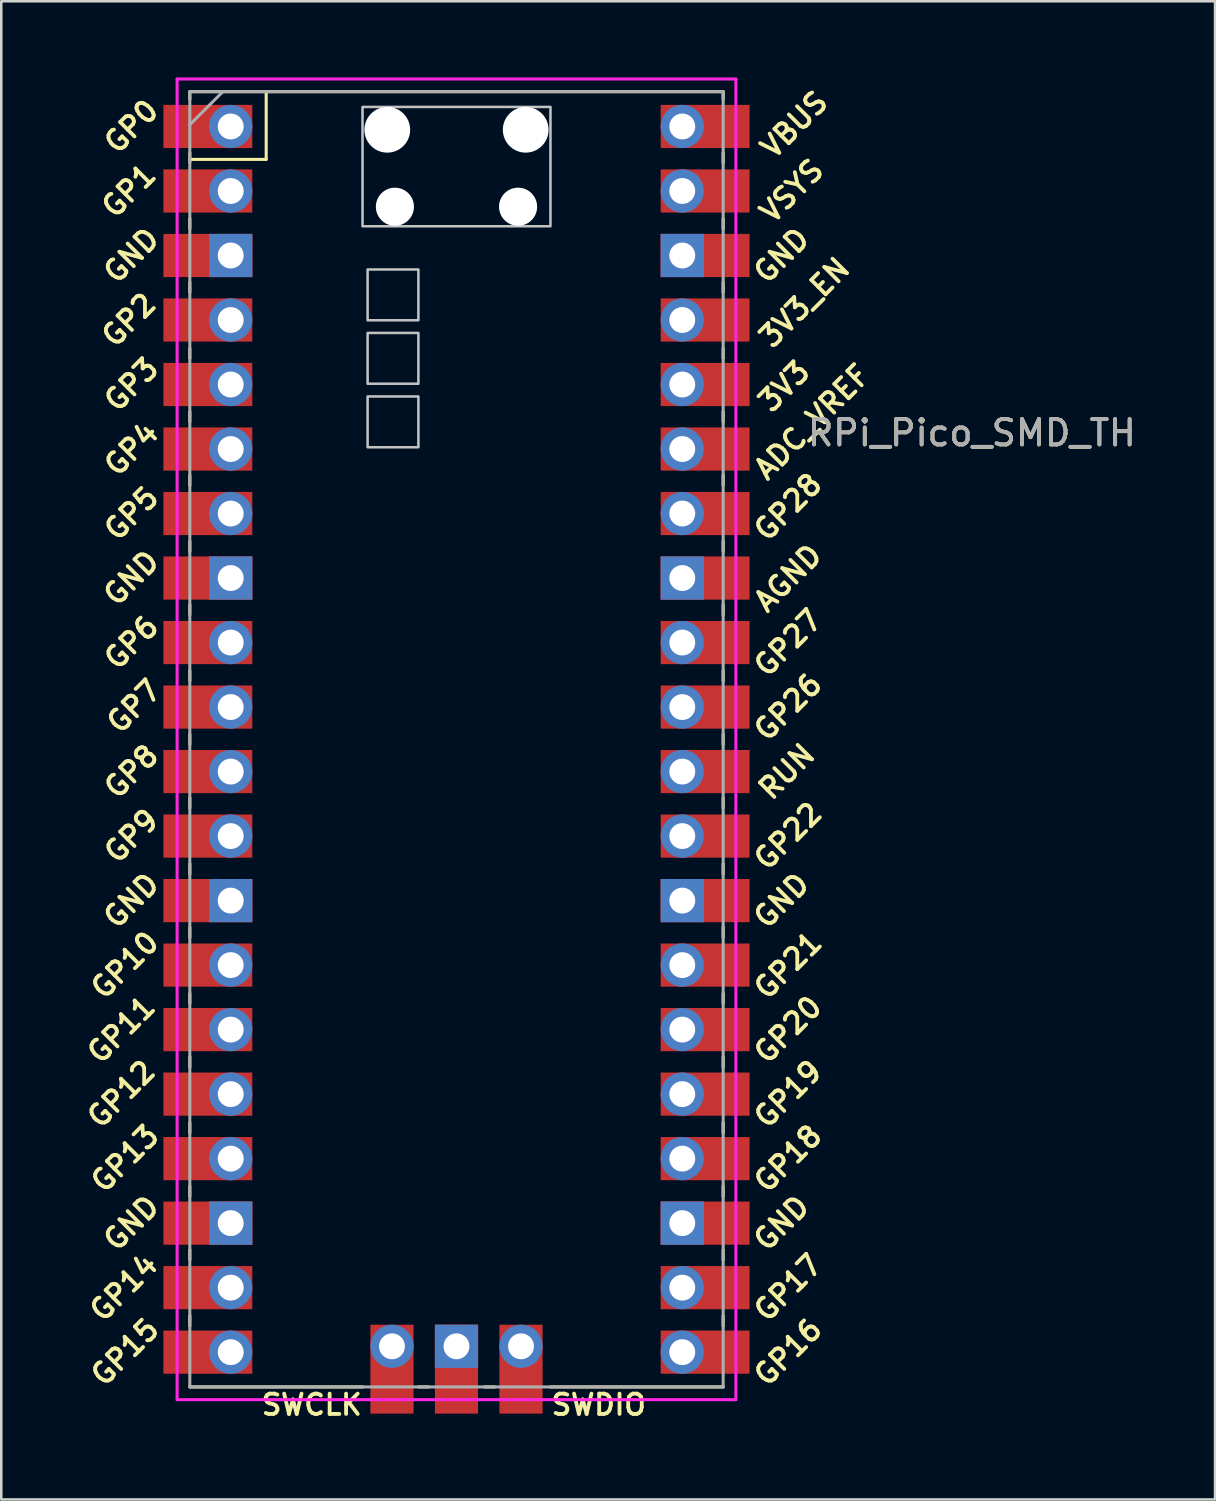
<source format=kicad_pcb>
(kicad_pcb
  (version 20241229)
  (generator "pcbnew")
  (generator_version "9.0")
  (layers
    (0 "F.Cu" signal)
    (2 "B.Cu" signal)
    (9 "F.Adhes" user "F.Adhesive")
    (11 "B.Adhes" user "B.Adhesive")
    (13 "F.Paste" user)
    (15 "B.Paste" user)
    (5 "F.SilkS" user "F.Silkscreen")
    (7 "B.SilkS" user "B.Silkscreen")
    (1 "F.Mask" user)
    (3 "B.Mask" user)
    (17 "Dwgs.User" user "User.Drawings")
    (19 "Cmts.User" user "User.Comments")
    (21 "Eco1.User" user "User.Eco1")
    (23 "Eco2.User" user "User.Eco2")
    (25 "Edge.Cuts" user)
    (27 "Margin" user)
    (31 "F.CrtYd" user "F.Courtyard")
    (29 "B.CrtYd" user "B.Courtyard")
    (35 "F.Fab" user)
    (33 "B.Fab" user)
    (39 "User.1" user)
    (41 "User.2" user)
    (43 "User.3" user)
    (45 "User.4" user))
  (footprint "RPi_Pico_SMD_TH"
    (layer "F.Cu")
    (at 14.924 26.06)
    (property "Reference" "RPi_Pico_SMD_TH" (at 20.29 -12.065 0) (layer "F.SilkS") (effects (font (size 1 1) (thickness 0.15))))
    (attr through_hole)
    (fp_line (start -10.5 -25.5) (end -10.5 -25.2) (stroke (width 0.12) (type solid)) (layer "F.SilkS"))
    (fp_line (start -10.5 -25.5) (end 10.5 -25.5) (stroke (width 0.12) (type solid)) (layer "F.SilkS"))
    (fp_line (start -10.5 -23.1) (end -10.5 -22.7) (stroke (width 0.12) (type solid)) (layer "F.SilkS"))
    (fp_line (start -10.5 -22.833) (end -7.493 -22.833) (stroke (width 0.12) (type solid)) (layer "F.SilkS"))
    (fp_line (start -10.5 -20.5) (end -10.5 -20.1) (stroke (width 0.12) (type solid)) (layer "F.SilkS"))
    (fp_line (start -10.5 -18) (end -10.5 -17.6) (stroke (width 0.12) (type solid)) (layer "F.SilkS"))
    (fp_line (start -10.5 -15.4) (end -10.5 -15) (stroke (width 0.12) (type solid)) (layer "F.SilkS"))
    (fp_line (start -10.5 -12.9) (end -10.5 -12.5) (stroke (width 0.12) (type solid)) (layer "F.SilkS"))
    (fp_line (start -10.5 -10.4) (end -10.5 -10) (stroke (width 0.12) (type solid)) (layer "F.SilkS"))
    (fp_line (start -10.5 -7.8) (end -10.5 -7.4) (stroke (width 0.12) (type solid)) (layer "F.SilkS"))
    (fp_line (start -10.5 -5.3) (end -10.5 -4.9) (stroke (width 0.12) (type solid)) (layer "F.SilkS"))
    (fp_line (start -10.5 -2.7) (end -10.5 -2.3) (stroke (width 0.12) (type solid)) (layer "F.SilkS"))
    (fp_line (start -10.5 -0.2) (end -10.5 0.2) (stroke (width 0.12) (type solid)) (layer "F.SilkS"))
    (fp_line (start -10.5 2.3) (end -10.5 2.7) (stroke (width 0.12) (type solid)) (layer "F.SilkS"))
    (fp_line (start -10.5 4.9) (end -10.5 5.3) (stroke (width 0.12) (type solid)) (layer "F.SilkS"))
    (fp_line (start -10.5 7.4) (end -10.5 7.8) (stroke (width 0.12) (type solid)) (layer "F.SilkS"))
    (fp_line (start -10.5 10) (end -10.5 10.4) (stroke (width 0.12) (type solid)) (layer "F.SilkS"))
    (fp_line (start -10.5 12.5) (end -10.5 12.9) (stroke (width 0.12) (type solid)) (layer "F.SilkS"))
    (fp_line (start -10.5 15.1) (end -10.5 15.5) (stroke (width 0.12) (type solid)) (layer "F.SilkS"))
    (fp_line (start -10.5 17.6) (end -10.5 18) (stroke (width 0.12) (type solid)) (layer "F.SilkS"))
    (fp_line (start -10.5 20.1) (end -10.5 20.5) (stroke (width 0.12) (type solid)) (layer "F.SilkS"))
    (fp_line (start -10.5 22.7) (end -10.5 23.1) (stroke (width 0.12) (type solid)) (layer "F.SilkS"))
    (fp_line (start -7.493 -22.833) (end -7.493 -25.5) (stroke (width 0.12) (type solid)) (layer "F.SilkS"))
    (fp_line (start -3.7 25.5) (end -10.5 25.5) (stroke (width 0.12) (type solid)) (layer "F.SilkS"))
    (fp_line (start -1.5 25.5) (end -1.1 25.5) (stroke (width 0.12) (type solid)) (layer "F.SilkS"))
    (fp_line (start 1.1 25.5) (end 1.5 25.5) (stroke (width 0.12) (type solid)) (layer "F.SilkS"))
    (fp_line (start 10.5 -25.5) (end 10.5 -25.2) (stroke (width 0.12) (type solid)) (layer "F.SilkS"))
    (fp_line (start 10.5 -23.1) (end 10.5 -22.7) (stroke (width 0.12) (type solid)) (layer "F.SilkS"))
    (fp_line (start 10.5 -20.5) (end 10.5 -20.1) (stroke (width 0.12) (type solid)) (layer "F.SilkS"))
    (fp_line (start 10.5 -18) (end 10.5 -17.6) (stroke (width 0.12) (type solid)) (layer "F.SilkS"))
    (fp_line (start 10.5 -15.4) (end 10.5 -15) (stroke (width 0.12) (type solid)) (layer "F.SilkS"))
    (fp_line (start 10.5 -12.9) (end 10.5 -12.5) (stroke (width 0.12) (type solid)) (layer "F.SilkS"))
    (fp_line (start 10.5 -10.4) (end 10.5 -10) (stroke (width 0.12) (type solid)) (layer "F.SilkS"))
    (fp_line (start 10.5 -7.8) (end 10.5 -7.4) (stroke (width 0.12) (type solid)) (layer "F.SilkS"))
    (fp_line (start 10.5 -5.3) (end 10.5 -4.9) (stroke (width 0.12) (type solid)) (layer "F.SilkS"))
    (fp_line (start 10.5 -2.7) (end 10.5 -2.3) (stroke (width 0.12) (type solid)) (layer "F.SilkS"))
    (fp_line (start 10.5 -0.2) (end 10.5 0.2) (stroke (width 0.12) (type solid)) (layer "F.SilkS"))
    (fp_line (start 10.5 2.3) (end 10.5 2.7) (stroke (width 0.12) (type solid)) (layer "F.SilkS"))
    (fp_line (start 10.5 4.9) (end 10.5 5.3) (stroke (width 0.12) (type solid)) (layer "F.SilkS"))
    (fp_line (start 10.5 7.4) (end 10.5 7.8) (stroke (width 0.12) (type solid)) (layer "F.SilkS"))
    (fp_line (start 10.5 10) (end 10.5 10.4) (stroke (width 0.12) (type solid)) (layer "F.SilkS"))
    (fp_line (start 10.5 12.5) (end 10.5 12.9) (stroke (width 0.12) (type solid)) (layer "F.SilkS"))
    (fp_line (start 10.5 15.1) (end 10.5 15.5) (stroke (width 0.12) (type solid)) (layer "F.SilkS"))
    (fp_line (start 10.5 17.6) (end 10.5 18) (stroke (width 0.12) (type solid)) (layer "F.SilkS"))
    (fp_line (start 10.5 20.1) (end 10.5 20.5) (stroke (width 0.12) (type solid)) (layer "F.SilkS"))
    (fp_line (start 10.5 22.7) (end 10.5 23.1) (stroke (width 0.12) (type solid)) (layer "F.SilkS"))
    (fp_line (start 10.5 25.5) (end 3.7 25.5) (stroke (width 0.12) (type solid)) (layer "F.SilkS"))
    (fp_poly (pts (xy -1.5 -16.5) (xy -3.5 -16.5) (xy -3.5 -18.5) (xy -1.5 -18.5)) (stroke (width 0.1) (type solid)) (fill no) (layer "Dwgs.User"))
    (fp_poly (pts (xy -1.5 -14) (xy -3.5 -14) (xy -3.5 -16) (xy -1.5 -16)) (stroke (width 0.1) (type solid)) (fill no) (layer "Dwgs.User"))
    (fp_poly (pts (xy -1.5 -11.5) (xy -3.5 -11.5) (xy -3.5 -13.5) (xy -1.5 -13.5)) (stroke (width 0.1) (type solid)) (fill no) (layer "Dwgs.User"))
    (fp_poly (pts (xy 3.7 -20.2) (xy -3.7 -20.2) (xy -3.7 -24.9) (xy 3.7 -24.9)) (stroke (width 0.1) (type solid)) (fill no) (layer "Dwgs.User"))
    (fp_line (start -11 -26) (end 11 -26) (stroke (width 0.12) (type solid)) (layer "F.CrtYd"))
    (fp_line (start -11 26) (end -11 -26) (stroke (width 0.12) (type solid)) (layer "F.CrtYd"))
    (fp_line (start 11 -26) (end 11 26) (stroke (width 0.12) (type solid)) (layer "F.CrtYd"))
    (fp_line (start 11 26) (end -11 26) (stroke (width 0.12) (type solid)) (layer "F.CrtYd"))
    (fp_line (start -10.5 -25.5) (end 10.5 -25.5) (stroke (width 0.12) (type solid)) (layer "F.Fab"))
    (fp_line (start -10.5 -24.2) (end -9.2 -25.5) (stroke (width 0.12) (type solid)) (layer "F.Fab"))
    (fp_line (start -10.5 25.5) (end -10.5 -25.5) (stroke (width 0.12) (type solid)) (layer "F.Fab"))
    (fp_line (start 10.5 -25.5) (end 10.5 25.5) (stroke (width 0.12) (type solid)) (layer "F.Fab"))
    (fp_line (start 10.5 25.5) (end -10.5 25.5) (stroke (width 0.12) (type solid)) (layer "F.Fab"))
    (fp_text user "GP21" (at 13.054 8.9 45) (layer "F.SilkS") (effects (font (size 0.8 0.8) (thickness 0.15))))
    (fp_text user "GP10" (at -13.054 8.89 45) (layer "F.SilkS") (effects (font (size 0.8 0.8) (thickness 0.15))))
    (fp_text user "GP8" (at -12.8 1.27 45) (layer "F.SilkS") (effects (font (size 0.8 0.8) (thickness 0.15))))
    (fp_text user "GND" (at -12.8 6.35 45) (layer "F.SilkS") (effects (font (size 0.8 0.8) (thickness 0.15))))
    (fp_text user "SWDIO" (at 5.6 26.2 0) (layer "F.SilkS") (effects (font (size 0.8 0.8) (thickness 0.15))))
    (fp_text user "VSYS" (at 13.2 -21.59 45) (layer "F.SilkS") (effects (font (size 0.8 0.8) (thickness 0.15))))
    (fp_text user "GND" (at 12.8 19.05 45) (layer "F.SilkS") (effects (font (size 0.8 0.8) (thickness 0.15))))
    (fp_text user "GP6" (at -12.8 -3.81 45) (layer "F.SilkS") (effects (font (size 0.8 0.8) (thickness 0.15))))
    (fp_text user "GND" (at -12.8 -19.05 45) (layer "F.SilkS") (effects (font (size 0.8 0.8) (thickness 0.15))))
    (fp_text user "GP15" (at -13.054 24.13 45) (layer "F.SilkS") (effects (font (size 0.8 0.8) (thickness 0.15))))
    (fp_text user "GP20" (at 13.054 11.43 45) (layer "F.SilkS") (effects (font (size 0.8 0.8) (thickness 0.15))))
    (fp_text user "VBUS" (at 13.3 -24.2 45) (layer "F.SilkS") (effects (font (size 0.8 0.8) (thickness 0.15))))
    (fp_text user "GP11" (at -13.2 11.43 45) (layer "F.SilkS") (effects (font (size 0.8 0.8) (thickness 0.15))))
    (fp_text user "GND" (at 12.8 -19.05 45) (layer "F.SilkS") (effects (font (size 0.8 0.8) (thickness 0.15))))
    (fp_text user "GP27" (at 13.054 -3.8 45) (layer "F.SilkS") (effects (font (size 0.8 0.8) (thickness 0.15))))
    (fp_text user "GP22" (at 13.054 3.81 45) (layer "F.SilkS") (effects (font (size 0.8 0.8) (thickness 0.15))))
    (fp_text user "GND" (at 12.8 6.35 45) (layer "F.SilkS") (effects (font (size 0.8 0.8) (thickness 0.15))))
    (fp_text user "GP26" (at 13.054 -1.27 45) (layer "F.SilkS") (effects (font (size 0.8 0.8) (thickness 0.15))))
    (fp_text user "GP14" (at -13.1 21.59 45) (layer "F.SilkS") (effects (font (size 0.8 0.8) (thickness 0.15))))
    (fp_text user "GND" (at -12.8 19.05 45) (layer "F.SilkS") (effects (font (size 0.8 0.8) (thickness 0.15))))
    (fp_text user "GP19" (at 13.054 13.97 45) (layer "F.SilkS") (effects (font (size 0.8 0.8) (thickness 0.15))))
    (fp_text user "ADC_VREF" (at 14 -12.5 45) (layer "F.SilkS") (effects (font (size 0.8 0.8) (thickness 0.15))))
    (fp_text user "GP2" (at -12.9 -16.51 45) (layer "F.SilkS") (effects (font (size 0.8 0.8) (thickness 0.15))))
    (fp_text user "GP13" (at -13.054 16.51 45) (layer "F.SilkS") (effects (font (size 0.8 0.8) (thickness 0.15))))
    (fp_text user "GND" (at -12.8 -6.35 45) (layer "F.SilkS") (effects (font (size 0.8 0.8) (thickness 0.15))))
    (fp_text user "RUN" (at 13 1.27 45) (layer "F.SilkS") (effects (font (size 0.8 0.8) (thickness 0.15))))
    (fp_text user "GP18" (at 13.054 16.51 45) (layer "F.SilkS") (effects (font (size 0.8 0.8) (thickness 0.15))))
    (fp_text user "GP5" (at -12.8 -8.89 45) (layer "F.SilkS") (effects (font (size 0.8 0.8) (thickness 0.15))))
    (fp_text user "SWCLK" (at -5.7 26.2 0) (layer "F.SilkS") (effects (font (size 0.8 0.8) (thickness 0.15))))
    (fp_text user "GP28" (at 13.054 -9.144 45) (layer "F.SilkS") (effects (font (size 0.8 0.8) (thickness 0.15))))
    (fp_text user "AGND" (at 13.054 -6.35 45) (layer "F.SilkS") (effects (font (size 0.8 0.8) (thickness 0.15))))
    (fp_text user "GP17" (at 13.054 21.59 45) (layer "F.SilkS") (effects (font (size 0.8 0.8) (thickness 0.15))))
    (fp_text user "3V3_EN" (at 13.7 -17.2 45) (layer "F.SilkS") (effects (font (size 0.8 0.8) (thickness 0.15))))
    (fp_text user "GP3" (at -12.8 -13.97 45) (layer "F.SilkS") (effects (font (size 0.8 0.8) (thickness 0.15))))
    (fp_text user "GP0" (at -12.8 -24.13 45) (layer "F.SilkS") (effects (font (size 0.8 0.8) (thickness 0.15))))
    (fp_text user "GP16" (at 13.054 24.13 45) (layer "F.SilkS") (effects (font (size 0.8 0.8) (thickness 0.15))))
    (fp_text user "GP9" (at -12.8 3.81 45) (layer "F.SilkS") (effects (font (size 0.8 0.8) (thickness 0.15))))
    (fp_text user "GP12" (at -13.2 13.97 45) (layer "F.SilkS") (effects (font (size 0.8 0.8) (thickness 0.15))))
    (fp_text user "3V3" (at 12.9 -13.9 45) (layer "F.SilkS") (effects (font (size 0.8 0.8) (thickness 0.15))))
    (fp_text user "GP4" (at -12.8 -11.43 45) (layer "F.SilkS") (effects (font (size 0.8 0.8) (thickness 0.15))))
    (fp_text user "GP7" (at -12.7 -1.3 45) (layer "F.SilkS") (effects (font (size 0.8 0.8) (thickness 0.15))))
    (fp_text user "GP1" (at -12.9 -21.6 45) (layer "F.SilkS") (effects (font (size 0.8 0.8) (thickness 0.15))))
    (fp_text user "${REFERENCE}" (at 20.29 -12.065 180) (layer "F.Fab") (effects (font (size 1 1) (thickness 0.15))))
    (pad "" np_thru_hole oval (at -2.725 -24) (size 1.8 1.8) (drill 1.8) (layers "*.Cu" "*.Mask"))
    (pad "" np_thru_hole oval (at -2.425 -20.97) (size 1.5 1.5) (drill 1.5) (layers "*.Cu" "*.Mask"))
    (pad "" np_thru_hole oval (at 2.425 -20.97) (size 1.5 1.5) (drill 1.5) (layers "*.Cu" "*.Mask"))
    (pad "" np_thru_hole oval (at 2.725 -24) (size 1.8 1.8) (drill 1.8) (layers "*.Cu" "*.Mask"))
    (pad "1" thru_hole oval (at -8.89 -24.13) (size 1.7 1.7) (drill 1.02) (layers "*.Cu" "*.Mask"))
    (pad "1" smd rect (at -8.89 -24.13) (size 3.5 1.7) (drill (offset -0.9 0)) (layers "F.Cu" "F.Mask"))
    (pad "2" thru_hole oval (at -8.89 -21.59) (size 1.7 1.7) (drill 1.02) (layers "*.Cu" "*.Mask"))
    (pad "2" smd rect (at -8.89 -21.59) (size 3.5 1.7) (drill (offset -0.9 0)) (layers "F.Cu" "F.Mask"))
    (pad "3" thru_hole rect (at -8.89 -19.05) (size 1.7 1.7) (drill 1.02) (layers "*.Cu" "*.Mask"))
    (pad "3" smd rect (at -8.89 -19.05) (size 3.5 1.7) (drill (offset -0.9 0)) (layers "F.Cu" "F.Mask"))
    (pad "4" thru_hole oval (at -8.89 -16.51) (size 1.7 1.7) (drill 1.02) (layers "*.Cu" "*.Mask"))
    (pad "4" smd rect (at -8.89 -16.51) (size 3.5 1.7) (drill (offset -0.9 0)) (layers "F.Cu" "F.Mask"))
    (pad "5" thru_hole oval (at -8.89 -13.97) (size 1.7 1.7) (drill 1.02) (layers "*.Cu" "*.Mask"))
    (pad "5" smd rect (at -8.89 -13.97) (size 3.5 1.7) (drill (offset -0.9 0)) (layers "F.Cu" "F.Mask"))
    (pad "6" thru_hole oval (at -8.89 -11.43) (size 1.7 1.7) (drill 1.02) (layers "*.Cu" "*.Mask"))
    (pad "6" smd rect (at -8.89 -11.43) (size 3.5 1.7) (drill (offset -0.9 0)) (layers "F.Cu" "F.Mask"))
    (pad "7" thru_hole oval (at -8.89 -8.89) (size 1.7 1.7) (drill 1.02) (layers "*.Cu" "*.Mask"))
    (pad "7" smd rect (at -8.89 -8.89) (size 3.5 1.7) (drill (offset -0.9 0)) (layers "F.Cu" "F.Mask"))
    (pad "8" thru_hole rect (at -8.89 -6.35) (size 1.7 1.7) (drill 1.02) (layers "*.Cu" "*.Mask"))
    (pad "8" smd rect (at -8.89 -6.35) (size 3.5 1.7) (drill (offset -0.9 0)) (layers "F.Cu" "F.Mask"))
    (pad "9" thru_hole oval (at -8.89 -3.81) (size 1.7 1.7) (drill 1.02) (layers "*.Cu" "*.Mask"))
    (pad "9" smd rect (at -8.89 -3.81) (size 3.5 1.7) (drill (offset -0.9 0)) (layers "F.Cu" "F.Mask"))
    (pad "10" thru_hole oval (at -8.89 -1.27) (size 1.7 1.7) (drill 1.02) (layers "*.Cu" "*.Mask"))
    (pad "10" smd rect (at -8.89 -1.27) (size 3.5 1.7) (drill (offset -0.9 0)) (layers "F.Cu" "F.Mask"))
    (pad "11" thru_hole oval (at -8.89 1.27) (size 1.7 1.7) (drill 1.02) (layers "*.Cu" "*.Mask"))
    (pad "11" smd rect (at -8.89 1.27) (size 3.5 1.7) (drill (offset -0.9 0)) (layers "F.Cu" "F.Mask"))
    (pad "12" thru_hole oval (at -8.89 3.81) (size 1.7 1.7) (drill 1.02) (layers "*.Cu" "*.Mask"))
    (pad "12" smd rect (at -8.89 3.81) (size 3.5 1.7) (drill (offset -0.9 0)) (layers "F.Cu" "F.Mask"))
    (pad "13" thru_hole rect (at -8.89 6.35) (size 1.7 1.7) (drill 1.02) (layers "*.Cu" "*.Mask"))
    (pad "13" smd rect (at -8.89 6.35) (size 3.5 1.7) (drill (offset -0.9 0)) (layers "F.Cu" "F.Mask"))
    (pad "14" thru_hole oval (at -8.89 8.89) (size 1.7 1.7) (drill 1.02) (layers "*.Cu" "*.Mask"))
    (pad "14" smd rect (at -8.89 8.89) (size 3.5 1.7) (drill (offset -0.9 0)) (layers "F.Cu" "F.Mask"))
    (pad "15" thru_hole oval (at -8.89 11.43) (size 1.7 1.7) (drill 1.02) (layers "*.Cu" "*.Mask"))
    (pad "15" smd rect (at -8.89 11.43) (size 3.5 1.7) (drill (offset -0.9 0)) (layers "F.Cu" "F.Mask"))
    (pad "16" thru_hole oval (at -8.89 13.97) (size 1.7 1.7) (drill 1.02) (layers "*.Cu" "*.Mask"))
    (pad "16" smd rect (at -8.89 13.97) (size 3.5 1.7) (drill (offset -0.9 0)) (layers "F.Cu" "F.Mask"))
    (pad "17" thru_hole oval (at -8.89 16.51) (size 1.7 1.7) (drill 1.02) (layers "*.Cu" "*.Mask"))
    (pad "17" smd rect (at -8.89 16.51) (size 3.5 1.7) (drill (offset -0.9 0)) (layers "F.Cu" "F.Mask"))
    (pad "18" thru_hole rect (at -8.89 19.05) (size 1.7 1.7) (drill 1.02) (layers "*.Cu" "*.Mask"))
    (pad "18" smd rect (at -8.89 19.05) (size 3.5 1.7) (drill (offset -0.9 0)) (layers "F.Cu" "F.Mask"))
    (pad "19" thru_hole oval (at -8.89 21.59) (size 1.7 1.7) (drill 1.02) (layers "*.Cu" "*.Mask"))
    (pad "19" smd rect (at -8.89 21.59) (size 3.5 1.7) (drill (offset -0.9 0)) (layers "F.Cu" "F.Mask"))
    (pad "20" thru_hole oval (at -8.89 24.13) (size 1.7 1.7) (drill 1.02) (layers "*.Cu" "*.Mask"))
    (pad "20" smd rect (at -8.89 24.13) (size 3.5 1.7) (drill (offset -0.9 0)) (layers "F.Cu" "F.Mask"))
    (pad "21" thru_hole oval (at 8.89 24.13) (size 1.7 1.7) (drill 1.02) (layers "*.Cu" "*.Mask"))
    (pad "21" smd rect (at 8.89 24.13) (size 3.5 1.7) (drill (offset 0.9 0)) (layers "F.Cu" "F.Mask"))
    (pad "22" thru_hole oval (at 8.89 21.59) (size 1.7 1.7) (drill 1.02) (layers "*.Cu" "*.Mask"))
    (pad "22" smd rect (at 8.89 21.59) (size 3.5 1.7) (drill (offset 0.9 0)) (layers "F.Cu" "F.Mask"))
    (pad "23" thru_hole rect (at 8.89 19.05) (size 1.7 1.7) (drill 1.02) (layers "*.Cu" "*.Mask"))
    (pad "23" smd rect (at 8.89 19.05) (size 3.5 1.7) (drill (offset 0.9 0)) (layers "F.Cu" "F.Mask"))
    (pad "24" thru_hole oval (at 8.89 16.51) (size 1.7 1.7) (drill 1.02) (layers "*.Cu" "*.Mask"))
    (pad "24" smd rect (at 8.89 16.51) (size 3.5 1.7) (drill (offset 0.9 0)) (layers "F.Cu" "F.Mask"))
    (pad "25" thru_hole oval (at 8.89 13.97) (size 1.7 1.7) (drill 1.02) (layers "*.Cu" "*.Mask"))
    (pad "25" smd rect (at 8.89 13.97) (size 3.5 1.7) (drill (offset 0.9 0)) (layers "F.Cu" "F.Mask"))
    (pad "26" thru_hole oval (at 8.89 11.43) (size 1.7 1.7) (drill 1.02) (layers "*.Cu" "*.Mask"))
    (pad "26" smd rect (at 8.89 11.43) (size 3.5 1.7) (drill (offset 0.9 0)) (layers "F.Cu" "F.Mask"))
    (pad "27" thru_hole oval (at 8.89 8.89) (size 1.7 1.7) (drill 1.02) (layers "*.Cu" "*.Mask"))
    (pad "27" smd rect (at 8.89 8.89) (size 3.5 1.7) (drill (offset 0.9 0)) (layers "F.Cu" "F.Mask"))
    (pad "28" thru_hole rect (at 8.89 6.35) (size 1.7 1.7) (drill 1.02) (layers "*.Cu" "*.Mask"))
    (pad "28" smd rect (at 8.89 6.35) (size 3.5 1.7) (drill (offset 0.9 0)) (layers "F.Cu" "F.Mask"))
    (pad "29" thru_hole oval (at 8.89 3.81) (size 1.7 1.7) (drill 1.02) (layers "*.Cu" "*.Mask"))
    (pad "29" smd rect (at 8.89 3.81) (size 3.5 1.7) (drill (offset 0.9 0)) (layers "F.Cu" "F.Mask"))
    (pad "30" thru_hole oval (at 8.89 1.27) (size 1.7 1.7) (drill 1.02) (layers "*.Cu" "*.Mask"))
    (pad "30" smd rect (at 8.89 1.27) (size 3.5 1.7) (drill (offset 0.9 0)) (layers "F.Cu" "F.Mask"))
    (pad "31" thru_hole oval (at 8.89 -1.27) (size 1.7 1.7) (drill 1.02) (layers "*.Cu" "*.Mask"))
    (pad "31" smd rect (at 8.89 -1.27) (size 3.5 1.7) (drill (offset 0.9 0)) (layers "F.Cu" "F.Mask"))
    (pad "32" thru_hole oval (at 8.89 -3.81) (size 1.7 1.7) (drill 1.02) (layers "*.Cu" "*.Mask"))
    (pad "32" smd rect (at 8.89 -3.81) (size 3.5 1.7) (drill (offset 0.9 0)) (layers "F.Cu" "F.Mask"))
    (pad "33" thru_hole rect (at 8.89 -6.35) (size 1.7 1.7) (drill 1.02) (layers "*.Cu" "*.Mask"))
    (pad "33" smd rect (at 8.89 -6.35) (size 3.5 1.7) (drill (offset 0.9 0)) (layers "F.Cu" "F.Mask"))
    (pad "34" thru_hole oval (at 8.89 -8.89) (size 1.7 1.7) (drill 1.02) (layers "*.Cu" "*.Mask"))
    (pad "34" smd rect (at 8.89 -8.89) (size 3.5 1.7) (drill (offset 0.9 0)) (layers "F.Cu" "F.Mask"))
    (pad "35" thru_hole oval (at 8.89 -11.43) (size 1.7 1.7) (drill 1.02) (layers "*.Cu" "*.Mask"))
    (pad "35" smd rect (at 8.89 -11.43) (size 3.5 1.7) (drill (offset 0.9 0)) (layers "F.Cu" "F.Mask"))
    (pad "36" thru_hole oval (at 8.89 -13.97) (size 1.7 1.7) (drill 1.02) (layers "*.Cu" "*.Mask"))
    (pad "36" smd rect (at 8.89 -13.97) (size 3.5 1.7) (drill (offset 0.9 0)) (layers "F.Cu" "F.Mask"))
    (pad "37" thru_hole oval (at 8.89 -16.51) (size 1.7 1.7) (drill 1.02) (layers "*.Cu" "*.Mask"))
    (pad "37" smd rect (at 8.89 -16.51) (size 3.5 1.7) (drill (offset 0.9 0)) (layers "F.Cu" "F.Mask"))
    (pad "38" thru_hole rect (at 8.89 -19.05) (size 1.7 1.7) (drill 1.02) (layers "*.Cu" "*.Mask"))
    (pad "38" smd rect (at 8.89 -19.05) (size 3.5 1.7) (drill (offset 0.9 0)) (layers "F.Cu" "F.Mask"))
    (pad "39" thru_hole oval (at 8.89 -21.59) (size 1.7 1.7) (drill 1.02) (layers "*.Cu" "*.Mask"))
    (pad "39" smd rect (at 8.89 -21.59) (size 3.5 1.7) (drill (offset 0.9 0)) (layers "F.Cu" "F.Mask"))
    (pad "40" thru_hole oval (at 8.89 -24.13) (size 1.7 1.7) (drill 1.02) (layers "*.Cu" "*.Mask"))
    (pad "40" smd rect (at 8.89 -24.13) (size 3.5 1.7) (drill (offset 0.9 0)) (layers "F.Cu" "F.Mask"))
    (pad "41" thru_hole oval (at -2.54 23.9) (size 1.7 1.7) (drill 1.02) (layers "*.Cu" "*.Mask"))
    (pad "41" smd rect (at -2.54 23.9 90) (size 3.5 1.7) (drill (offset -0.9 0)) (layers "F.Cu" "F.Mask"))
    (pad "42" thru_hole rect (at 0 23.9) (size 1.7 1.7) (drill 1.02) (layers "*.Cu" "*.Mask"))
    (pad "42" smd rect (at 0 23.9 90) (size 3.5 1.7) (drill (offset -0.9 0)) (layers "F.Cu" "F.Mask"))
    (pad "43" thru_hole oval (at 2.54 23.9) (size 1.7 1.7) (drill 1.02) (layers "*.Cu" "*.Mask"))
    (pad "43" smd rect (at 2.54 23.9 90) (size 3.5 1.7) (drill (offset -0.9 0)) (layers "F.Cu" "F.Mask")))
  (gr_rect
    (start -3 -3)
    (end 44.791 55.991)
    (stroke (width 0.1) (type default))
    (fill no)
    (layer "Edge.Cuts")))
</source>
